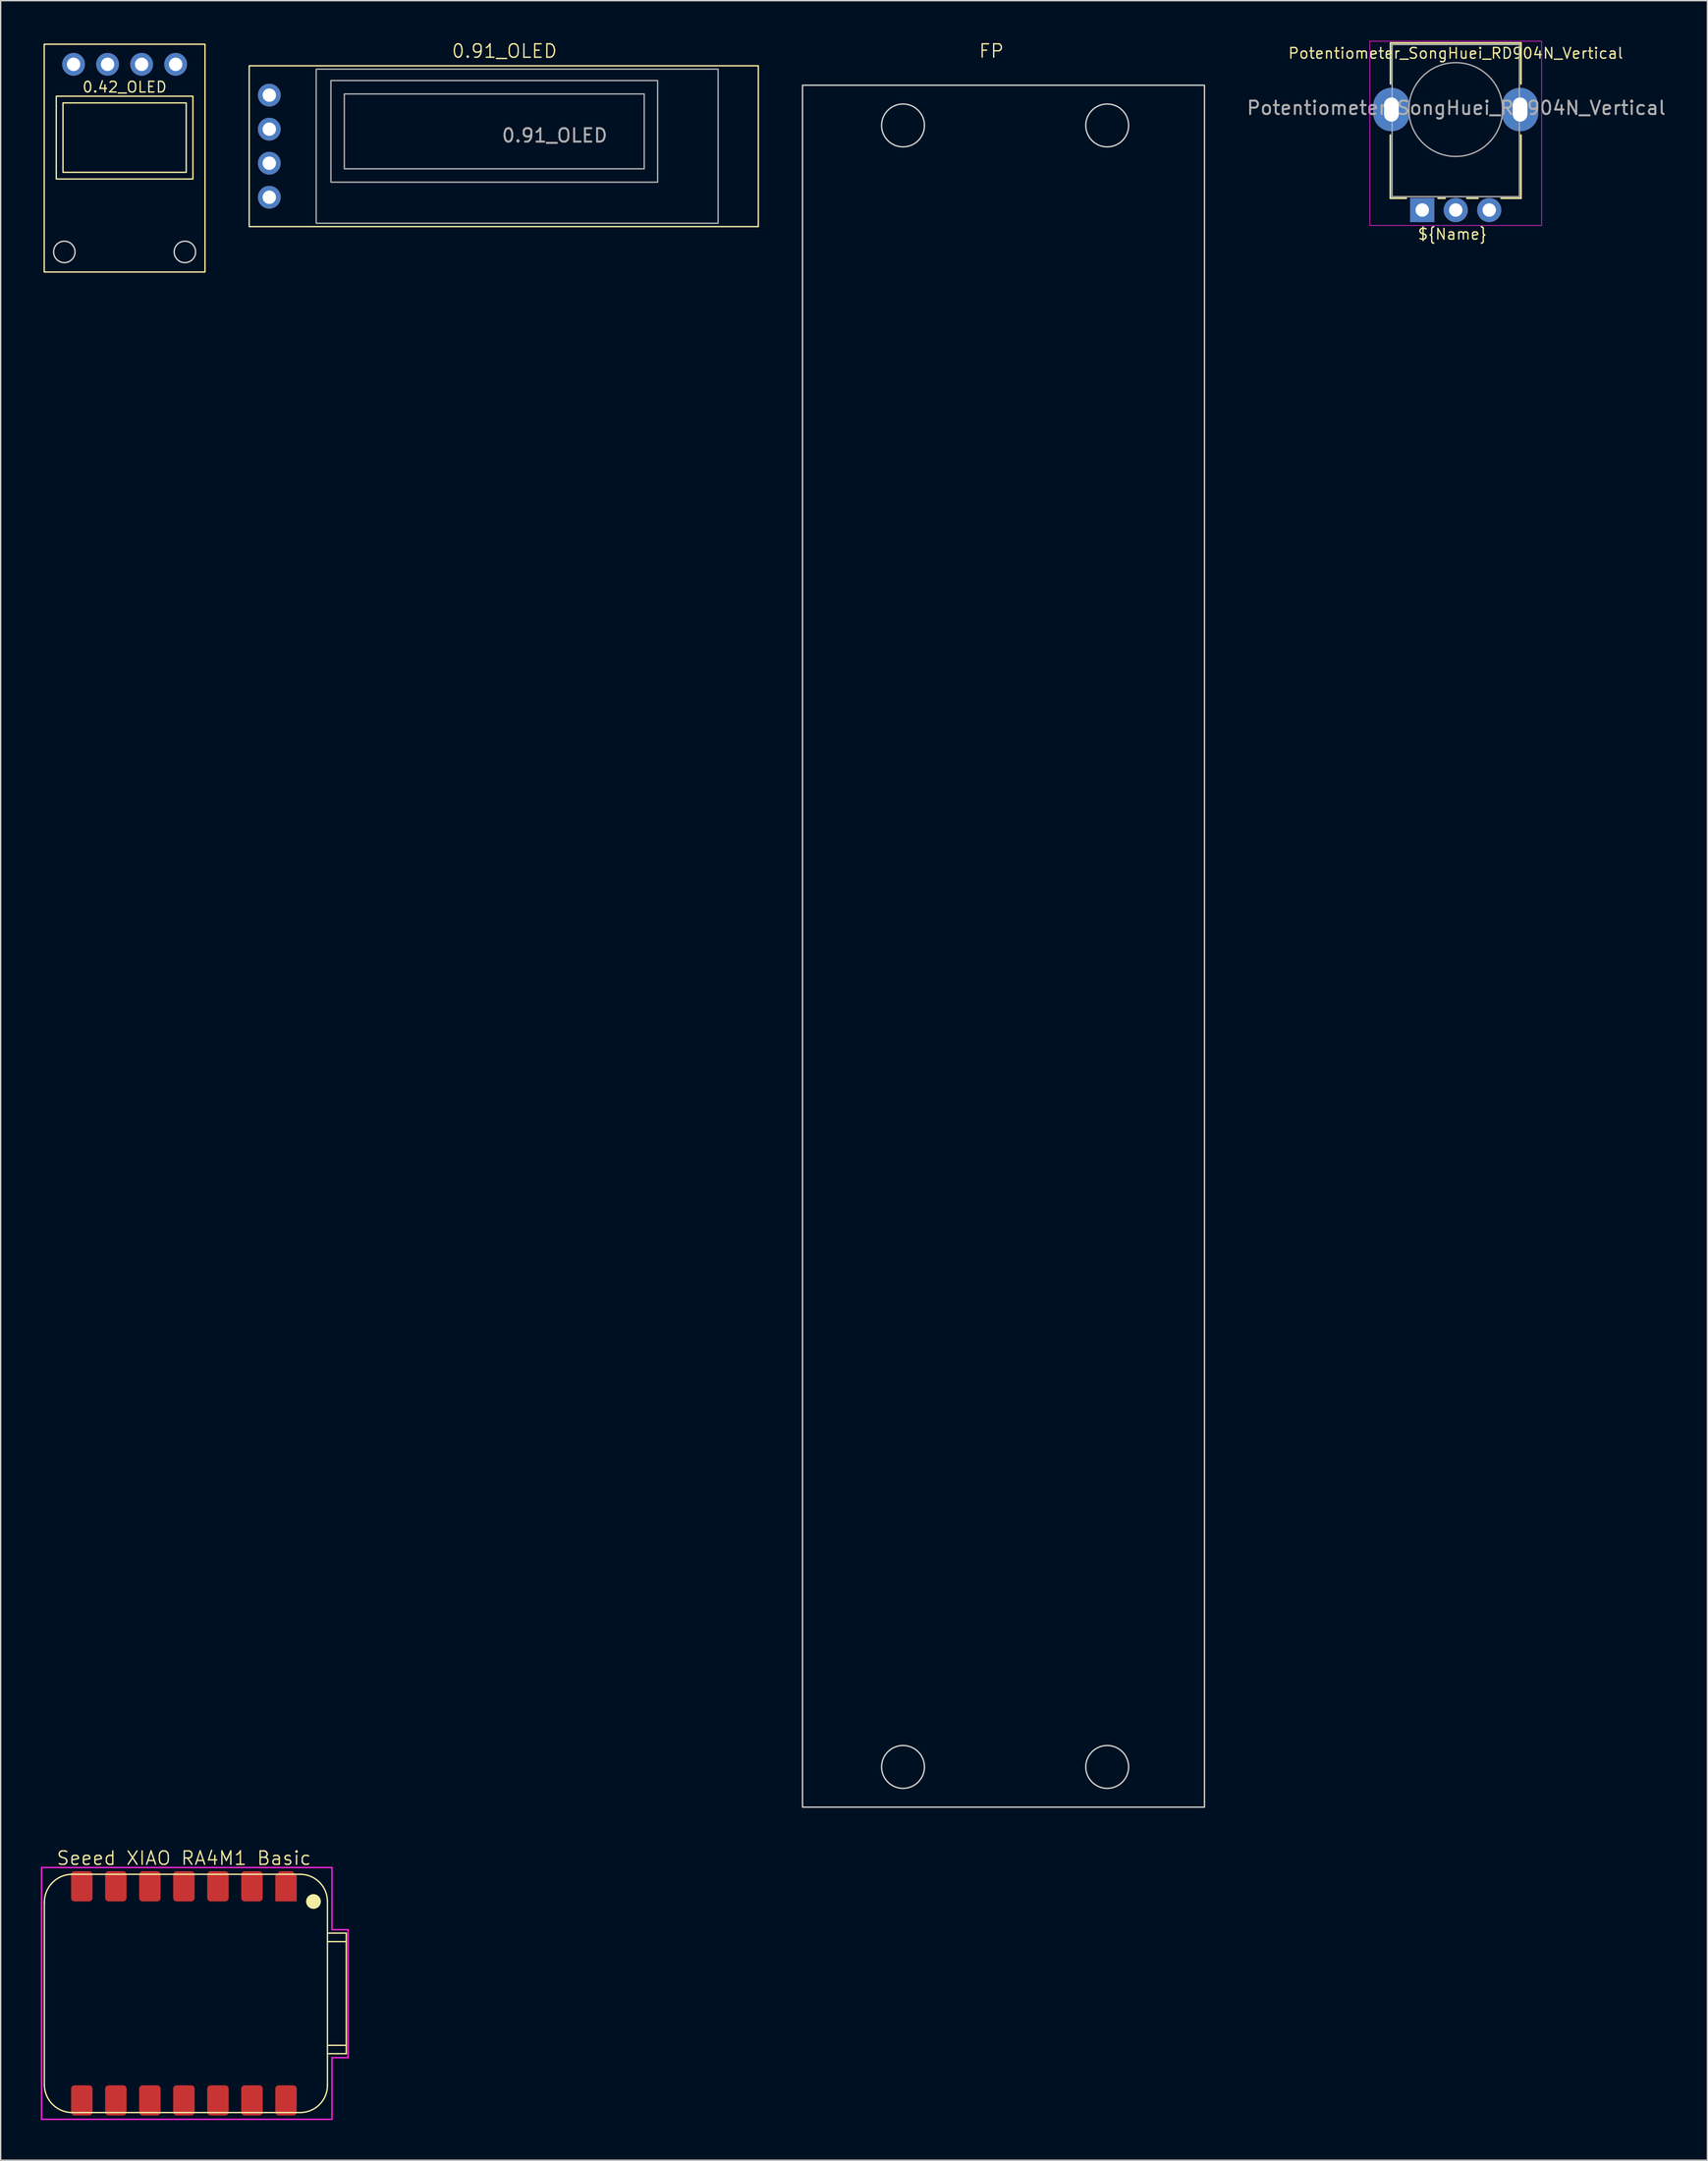
<source format=kicad_pcb>
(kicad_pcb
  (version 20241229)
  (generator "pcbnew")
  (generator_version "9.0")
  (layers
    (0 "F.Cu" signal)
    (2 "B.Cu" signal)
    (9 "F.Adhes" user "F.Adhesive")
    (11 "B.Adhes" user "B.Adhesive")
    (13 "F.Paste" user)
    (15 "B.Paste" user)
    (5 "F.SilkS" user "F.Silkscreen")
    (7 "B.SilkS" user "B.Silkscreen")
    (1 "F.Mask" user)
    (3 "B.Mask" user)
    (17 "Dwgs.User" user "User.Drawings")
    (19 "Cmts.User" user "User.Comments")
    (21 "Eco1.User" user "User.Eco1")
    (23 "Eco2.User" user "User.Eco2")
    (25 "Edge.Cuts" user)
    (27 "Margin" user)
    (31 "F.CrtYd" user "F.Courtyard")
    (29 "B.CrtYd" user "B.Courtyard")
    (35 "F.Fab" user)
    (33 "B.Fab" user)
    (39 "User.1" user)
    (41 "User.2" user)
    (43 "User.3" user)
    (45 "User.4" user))
  (footprint "0.91_OLED"
    (layer "F.Cu")
    (at 15.55 1.861)
    (property "Reference" "0.91_OLED" (at 19.05 -1.1 0) (unlocked yes) (layer "F.SilkS") (effects (font (size 1 1) (thickness 0.1))))
    (attr through_hole)
    (fp_rect (start 0 0) (end 38 12) (stroke (width 0.1) (type default)) (fill no) (layer "F.SilkS"))
    (fp_rect (start 5 0.25) (end 35 11.75) (stroke (width 0.1) (type default)) (fill no) (layer "F.Fab"))
    (fp_rect (start 6.1 1.1) (end 30.484 8.684) (stroke (width 0.1) (type default)) (fill no) (layer "F.Fab"))
    (fp_rect (start 7.1 2.1) (end 29.484 7.684) (stroke (width 0.1) (type default)) (fill no) (layer "F.Fab"))
    (fp_text user "${REFERENCE}" (at 22.8 5.2 0) (unlocked yes) (layer "F.Fab") (effects (font (size 1 1) (thickness 0.15))))
    (pad "1" thru_hole oval (at 1.5 9.81 90) (size 1.7 1.7) (drill 1) (layers "*.Cu" "*.Mask"))
    (pad "2" thru_hole oval (at 1.5 7.27 90) (size 1.7 1.7) (drill 1) (layers "*.Cu" "*.Mask"))
    (pad "3" thru_hole oval (at 1.5 4.73 90) (size 1.7 1.7) (drill 1) (layers "*.Cu" "*.Mask"))
    (pad "4" thru_hole oval (at 1.5 2.19 90) (size 1.7 1.7) (drill 1) (layers "*.Cu" "*.Mask")))
  (footprint "FP"
    (layer "F.Cu")
    (at 56.85 3.311)
    (property "Reference" "FP" (at 14.1 -2.55 0) (unlocked yes) (layer "F.SilkS") (effects (font (size 1 1) (thickness 0.1))))
    (fp_rect (start 0 0) (end 30 128.5) (stroke (width 0.1) (type default)) (fill no) (layer "Edge.Cuts"))
    (fp_circle (center 7.5 3) (end 9.1 3) (stroke (width 0.1) (type default)) (fill no) (layer "Edge.Cuts"))
    (fp_circle (center 7.5 125.5) (end 9.1 125.5) (stroke (width 0.1) (type default)) (fill no) (layer "Edge.Cuts"))
    (fp_circle (center 22.74 3) (end 24.34 3) (stroke (width 0.1) (type default)) (fill no) (layer "Edge.Cuts"))
    (fp_circle (center 22.74 125.5) (end 24.34 125.5) (stroke (width 0.1) (type default)) (fill no) (layer "Edge.Cuts")))
  (footprint "Seeed XIAO RA4M1 Basic"
    (layer "F.Cu")
    (at 18.297 137.719)
    (property "Reference" "Seeed XIAO RA4M1 Basic" (at -7.62 -2.098 0) (unlocked yes) (layer "F.SilkS") (effects (font (size 1 1) (thickness 0.1))))
    (attr smd)
    (fp_line (start -18.035 1.238) (end -18.035 14.852) (stroke (width 0.1) (type default)) (layer "F.SilkS"))
    (fp_line (start -15.901 16.884) (end 1.06 16.884) (stroke (width 0.1) (type default)) (layer "F.SilkS"))
    (fp_line (start 1.06 -0.896) (end -16.003 -0.896) (stroke (width 0.1) (type default)) (layer "F.SilkS"))
    (fp_line (start 3.092 14.852) (end 3.092 1.136) (stroke (width 0.1) (type default)) (layer "F.SilkS"))
    (fp_line (start 3.13 4.129) (end 4.48 4.129) (stroke (width 0.1) (type default)) (layer "F.SilkS"))
    (fp_line (start 3.13 11.869) (end 4.48 11.869) (stroke (width 0.1) (type default)) (layer "F.SilkS"))
    (fp_line (start 3.147 3.494) (end 4.497 3.494) (stroke (width 0.1) (type default)) (layer "F.SilkS"))
    (fp_line (start 3.147 12.494) (end 4.497 12.494) (stroke (width 0.1) (type default)) (layer "F.SilkS"))
    (fp_line (start 4.497 3.494) (end 4.497 12.494) (stroke (width 0.1) (type default)) (layer "F.SilkS"))
    (fp_arc (start -18.034657 1.237814) (mid -17.460513 -0.249895) (end -16.002552 -0.895859) (stroke (width 0.1) (type default)) (layer "F.SilkS"))
    (fp_arc (start -15.90106 16.88414) (mid -17.388689 16.309992) (end -18.03466 14.852115) (stroke (width 0.1) (type default)) (layer "F.SilkS"))
    (fp_arc (start 1.06029 -0.895883) (mid 2.49717 -0.300715) (end 3.09234 1.136167) (stroke (width 0.1) (type default)) (layer "F.SilkS"))
    (fp_arc (start 3.09234 14.85209) (mid 2.497169 16.288969) (end 1.06029 16.88414) (stroke (width 0.1) (type default)) (layer "F.SilkS"))
    (fp_circle (center 2.051 1.136) (end 2.551 1.136) (stroke (width 0.1) (type solid)) (fill yes) (layer "F.SilkS"))
    (fp_line (start -18.247 -1.403) (end 3.429 -1.403) (stroke (width 0.1) (type default)) (layer "F.CrtYd"))
    (fp_line (start -18.247 17.393) (end -18.247 -1.403) (stroke (width 0.1) (type default)) (layer "F.CrtYd"))
    (fp_line (start 3.429 -1.403) (end 3.429 3.24) (stroke (width 0.1) (type default)) (layer "F.CrtYd"))
    (fp_line (start 3.43 3.24) (end 4.63 3.24) (stroke (width 0.1) (type default)) (layer "F.CrtYd"))
    (fp_line (start 3.43 12.79) (end 3.43 17.39) (stroke (width 0.1) (type default)) (layer "F.CrtYd"))
    (fp_line (start 3.43 12.79) (end 4.63 12.79) (stroke (width 0.1) (type default)) (layer "F.CrtYd"))
    (fp_line (start 3.43 17.39) (end -18.247 17.39) (stroke (width 0.1) (type default)) (layer "F.CrtYd"))
    (fp_line (start 4.63 3.24) (end 4.63 12.79) (stroke (width 0.1) (type default)) (layer "F.CrtYd"))
    (pad "1" smd roundrect (at 0 0 90) (size 2.25 1.6) (layers "F.Cu" "F.Mask" "F.Paste") (roundrect_rratio 0) (chamfer_ratio 0.2) (chamfer top_right bottom_right))
    (pad "2" smd roundrect (at -2.54 0 90) (size 2.25 1.6) (layers "F.Cu" "F.Mask" "F.Paste") (roundrect_rratio 0.156))
    (pad "3" smd roundrect (at -5.08 0 90) (size 2.25 1.6) (layers "F.Cu" "F.Mask" "F.Paste") (roundrect_rratio 0.156))
    (pad "4" smd roundrect (at -7.62 0 90) (size 2.25 1.6) (layers "F.Cu" "F.Mask" "F.Paste") (roundrect_rratio 0.156))
    (pad "5" smd roundrect (at -10.16 0 90) (size 2.25 1.6) (layers "F.Cu" "F.Mask" "F.Paste") (roundrect_rratio 0.156))
    (pad "6" smd roundrect (at -12.7 0 90) (size 2.25 1.6) (layers "F.Cu" "F.Mask" "F.Paste") (roundrect_rratio 0.156))
    (pad "7" smd roundrect (at -15.24 0 90) (size 2.25 1.6) (layers "F.Cu" "F.Mask" "F.Paste") (roundrect_rratio 0.156))
    (pad "8" smd roundrect (at -15.24 15.978 270) (size 2.25 1.6) (layers "F.Cu" "F.Mask" "F.Paste") (roundrect_rratio 0.156))
    (pad "9" smd roundrect (at -12.7 15.978 270) (size 2.25 1.6) (layers "F.Cu" "F.Mask" "F.Paste") (roundrect_rratio 0.156))
    (pad "10" smd roundrect (at -10.16 15.978 270) (size 2.25 1.6) (layers "F.Cu" "F.Mask" "F.Paste") (roundrect_rratio 0.156))
    (pad "11" smd roundrect (at -7.62 15.978 270) (size 2.25 1.6) (layers "F.Cu" "F.Mask" "F.Paste") (roundrect_rratio 0.156))
    (pad "12" smd roundrect (at -5.08 15.978 270) (size 2.25 1.6) (layers "F.Cu" "F.Mask" "F.Paste") (roundrect_rratio 0.156))
    (pad "13" smd roundrect (at -2.54 15.978 270) (size 2.25 1.6) (layers "F.Cu" "F.Mask" "F.Paste") (roundrect_rratio 0.156))
    (pad "14" smd roundrect (at 0 15.978 270) (size 2.25 1.6) (layers "F.Cu" "F.Mask" "F.Paste") (roundrect_rratio 0.156)))
  (footprint "0.42_OLED"
    (layer "F.Cu")
    (at 0.25 0.25)
    (property "Reference" "0.42_OLED" (at 6 3.2 0) (unlocked yes) (layer "F.SilkS") (effects (font (size 0.8 0.8) (thickness 0.1))))
    (attr through_hole)
    (fp_rect (start 0 0) (end 12 17) (stroke (width 0.1) (type default)) (fill no) (layer "F.SilkS"))
    (fp_rect (start 0.9 3.88) (end 11.1 10.06) (stroke (width 0.1) (type default)) (fill no) (layer "F.SilkS"))
    (fp_rect (start 1.4 4.38) (end 10.6 9.56) (stroke (width 0.1) (type default)) (fill no) (layer "F.SilkS"))
    (fp_circle (center 1.5 15.5) (end 2.3 15.5) (stroke (width 0.1) (type default)) (fill no) (layer "Edge.Cuts"))
    (fp_circle (center 10.5 15.5) (end 11.3 15.5) (stroke (width 0.1) (type default)) (fill no) (layer "Edge.Cuts"))
    (pad "1" thru_hole oval (at 2.19 1.5 90) (size 1.7 1.7) (drill 1) (layers "*.Cu" "*.Mask"))
    (pad "2" thru_hole oval (at 4.73 1.5 90) (size 1.7 1.7) (drill 1) (layers "*.Cu" "*.Mask"))
    (pad "3" thru_hole oval (at 7.27 1.5 90) (size 1.7 1.7) (drill 1) (layers "*.Cu" "*.Mask"))
    (pad "4" thru_hole oval (at 9.81 1.5 90) (size 1.7 1.7) (drill 1) (layers "*.Cu" "*.Mask")))
  (footprint "Potentiometer_SongHuei_RD904N_Vertical"
    (layer "F.Cu")
    (at 103.104 12.625)
    (property "Reference" "Potentiometer_SongHuei_RD904N_Vertical" (at 2.5 -11.7 0) (layer "F.SilkS") (effects (font (size 0.8 0.8) (thickness 0.1))))
    (property "Name" "${Name}" (at 2.25 1.8 0) (layer "F.SilkS") (effects (font (size 0.8 0.8) (thickness 0.1))))
    (attr through_hole)
    (fp_line (start -2.38 -0.88) (end -2.38 -5.6) (stroke (width 0.12) (type solid)) (layer "F.SilkS"))
    (fp_line (start -2.37 -9.41) (end -2.37 -12.47) (stroke (width 0.12) (type solid)) (layer "F.SilkS"))
    (fp_line (start -1.19 -0.88) (end -2.37 -0.88) (stroke (width 0.12) (type solid)) (layer "F.SilkS"))
    (fp_line (start 1.71 -0.88) (end 1.18 -0.88) (stroke (width 0.12) (type solid)) (layer "F.SilkS"))
    (fp_line (start 4.16 -0.88) (end 3.33 -0.88) (stroke (width 0.12) (type solid)) (layer "F.SilkS"))
    (fp_line (start 7.37 -12.47) (end -2.37 -12.47) (stroke (width 0.12) (type solid)) (layer "F.SilkS"))
    (fp_line (start 7.37 -9.41) (end 7.37 -12.47) (stroke (width 0.12) (type solid)) (layer "F.SilkS"))
    (fp_line (start 7.37 -0.88) (end 5.88 -0.88) (stroke (width 0.12) (type solid)) (layer "F.SilkS"))
    (fp_line (start 7.37 -0.88) (end 7.37 -5.6) (stroke (width 0.12) (type solid)) (layer "F.SilkS"))
    (fp_line (start -3.91 -12.6) (end -3.91 1.15) (stroke (width 0.05) (type solid)) (layer "F.CrtYd"))
    (fp_line (start -3.91 1.15) (end 8.91 1.15) (stroke (width 0.05) (type solid)) (layer "F.CrtYd"))
    (fp_line (start 8.91 -12.6) (end -3.91 -12.6) (stroke (width 0.05) (type solid)) (layer "F.CrtYd"))
    (fp_line (start 8.91 1.15) (end 8.91 -12.6) (stroke (width 0.05) (type solid)) (layer "F.CrtYd"))
    (fp_line (start -2.25 -1) (end -2.25 -12.35) (stroke (width 0.1) (type solid)) (layer "F.Fab"))
    (fp_line (start 7.25 -12.35) (end -2.25 -12.35) (stroke (width 0.1) (type solid)) (layer "F.Fab"))
    (fp_line (start 7.25 -1) (end -2.25 -1) (stroke (width 0.1) (type solid)) (layer "F.Fab"))
    (fp_line (start 7.25 -1) (end 7.25 -12.35) (stroke (width 0.1) (type solid)) (layer "F.Fab"))
    (fp_circle (center 2.5 -7.5) (end -1 -7.5) (stroke (width 0.1) (type solid)) (fill no) (layer "F.Fab"))
    (fp_text user "${REFERENCE}" (at 2.54 -7.62 180) (layer "F.Fab") (effects (font (size 1 1) (thickness 0.15))))
    (pad "1" thru_hole rect (at 0 0 180) (size 1.8 1.8) (drill 1) (layers "*.Cu" "*.Mask"))
    (pad "2" thru_hole circle (at 2.5 0 180) (size 1.8 1.8) (drill 1) (layers "*.Cu" "*.Mask"))
    (pad "3" thru_hole circle (at 5 0 180) (size 1.8 1.8) (drill 1) (layers "*.Cu" "*.Mask"))
    (pad "MP" thru_hole oval (at -2.3 -7.5 180) (size 2.72 3.24) (drill oval 1.1 1.8) (layers "*.Cu" "*.Mask"))
    (pad "MP" thru_hole oval (at 7.3 -7.5 180) (size 2.72 3.24) (drill oval 1.1 1.8) (layers "*.Cu" "*.Mask")))
  (gr_rect
    (start -3 -3)
    (end 124.388 158.162)
    (stroke (width 0.1) (type default))
    (fill no)
    (layer "Edge.Cuts")))
</source>
